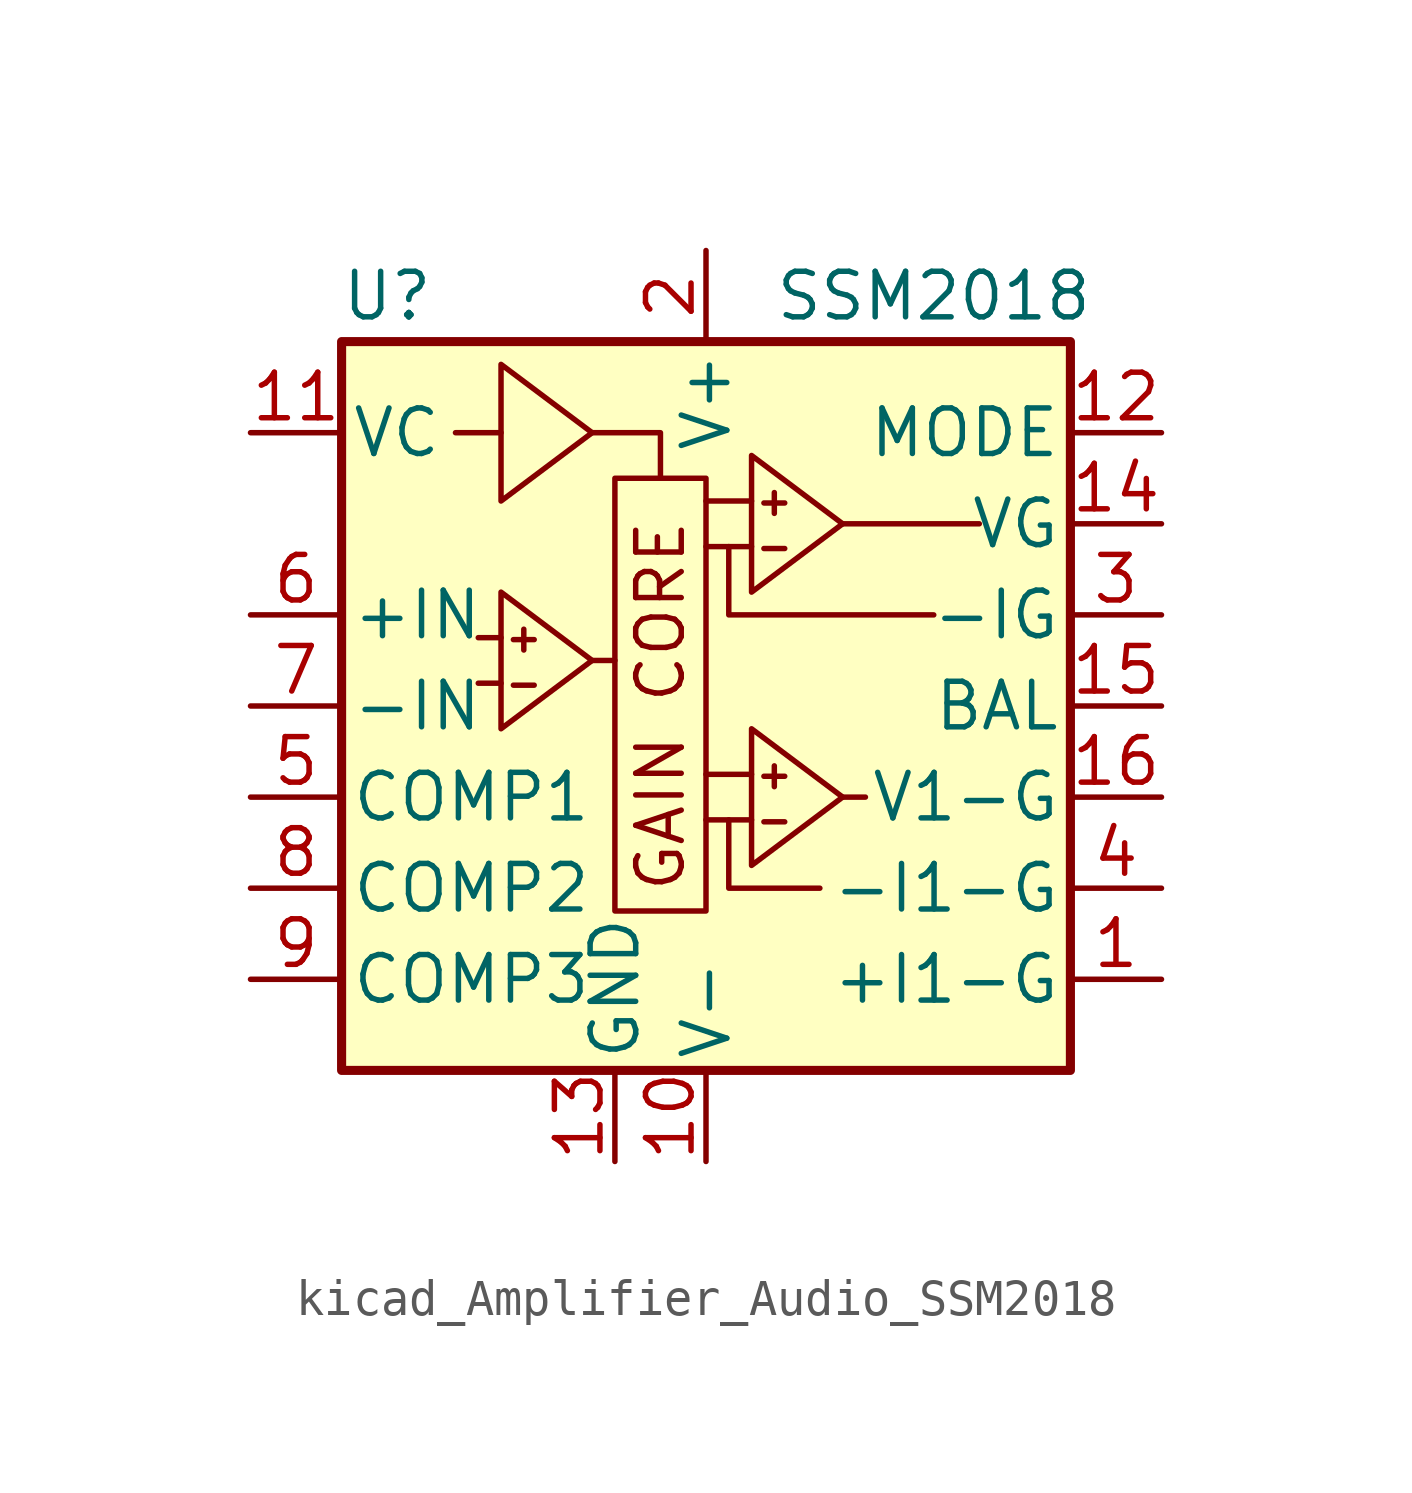
<source format=kicad_sym>
(kicad_symbol_lib
  (version 20220914)
  (generator kicad_symbol_editor)
  (symbol "kicad_Amplifier_Audio_SSM2018"
    (pin_names
      (offset 0.254))
    (property "Reference" "U"
      (at -8.89 11.43 0)
      (effects (font (size 1.27 1.27))))
    (property "Value" "SSM2018"
      (at 6.35 11.43 0)
      (effects (font (size 1.27 1.27))))
    (symbol "kicad_Amplifier_Audio_SSM2018_0_0"
      (text "+" (at -5.08 1.905 0) (effects (font (size 0.762 0.762))))
      (text "+" (at 1.905 -1.905 0) (effects (font (size 0.762 0.762))))
      (text "+" (at 1.905 5.715 0) (effects (font (size 0.762 0.762))))
      (text "-" (at -5.08 0.635 0) (effects (font (size 0.762 0.762))))
      (text "-" (at 1.905 -3.175 0) (effects (font (size 0.762 0.762))))
      (text "-" (at 1.905 4.445 0) (effects (font (size 0.762 0.762)))))
    (symbol "kicad_Amplifier_Audio_SSM2018_0_1"
      (rectangle (start -10.16 10.16) (end 10.16 -10.16) (stroke (width 0.254) (type default)) (fill (type background)))
      (rectangle (start -2.54 6.35) (end 0 -5.715) (stroke (width 0) (type default)) (fill (type none)))
      (polyline (pts (xy -5.715 0.635) (xy -6.35 0.635)) (stroke (width 0) (type default)) (fill (type none)))
      (polyline (pts (xy -5.715 1.905) (xy -6.35 1.905)) (stroke (width 0) (type default)) (fill (type none)))
      (polyline (pts (xy -5.715 7.62) (xy -6.985 7.62)) (stroke (width 0) (type default)) (fill (type none)))
      (polyline (pts (xy -3.175 1.27) (xy -2.54 1.27)) (stroke (width 0) (type default)) (fill (type none)))
      (polyline (pts (xy 0 -1.905) (xy 1.27 -1.905)) (stroke (width 0) (type default)) (fill (type none)))
      (polyline (pts (xy 0 5.715) (xy 1.27 5.715)) (stroke (width 0) (type default)) (fill (type none)))
      (polyline (pts (xy 1.27 -3.175) (xy 0 -3.175)) (stroke (width 0) (type default)) (fill (type none)))
      (polyline (pts (xy 1.27 4.445) (xy 0 4.445)) (stroke (width 0) (type default)) (fill (type none)))
      (polyline (pts (xy 3.81 -2.54) (xy 4.445 -2.54)) (stroke (width 0) (type default)) (fill (type none)))
      (polyline (pts (xy 3.81 5.08) (xy 7.62 5.08)) (stroke (width 0) (type default)) (fill (type none)))
      (polyline (pts (xy -3.175 7.62) (xy -1.27 7.62) (xy -1.27 6.35)) (stroke (width 0) (type default)) (fill (type none)))
      (polyline (pts (xy 0.635 -3.175) (xy 0.635 -5.08) (xy 3.175 -5.08)) (stroke (width 0) (type default)) (fill (type none)))
      (polyline (pts (xy 0.635 4.445) (xy 0.635 2.54) (xy 6.35 2.54)) (stroke (width 0) (type default)) (fill (type none)))
      (polyline (pts (xy -5.715 3.175) (xy -3.175 1.27) (xy -5.715 -0.635) (xy -5.715 3.175)) (stroke (width 0) (type default)) (fill (type none)))
      (polyline (pts (xy -5.715 9.525) (xy -3.175 7.62) (xy -5.715 5.715) (xy -5.715 9.525)) (stroke (width 0) (type default)) (fill (type none)))
      (polyline (pts (xy 1.27 -0.635) (xy 3.81 -2.54) (xy 1.27 -4.445) (xy 1.27 -0.635)) (stroke (width 0) (type default)) (fill (type none)))
      (polyline (pts (xy 1.27 6.985) (xy 3.81 5.08) (xy 1.27 3.175) (xy 1.27 6.985)) (stroke (width 0) (type default)) (fill (type none)))
      (text "GAIN CORE" (at -1.27 0 900) (effects (font (size 1.27 1.27))))
      (pin passive line (at -12.7 -7.62 0) (length 2.54) (name "COMP3" (effects (font (size 1.27 1.27)))) (number "9" (effects (font (size 1.27 1.27))))))
    (symbol "kicad_Amplifier_Audio_SSM2018_1_1"
      (pin output line (at 12.7 -7.62 180) (length 2.54) (name "+I1-G" (effects (font (size 1.27 1.27)))) (number "1" (effects (font (size 1.27 1.27)))))
      (pin power_in line (at 0 -12.7 90) (length 2.54) (name "V-" (effects (font (size 1.27 1.27)))) (number "10" (effects (font (size 1.27 1.27)))))
      (pin input line (at -12.7 7.62 0) (length 2.54) (name "VC" (effects (font (size 1.27 1.27)))) (number "11" (effects (font (size 1.27 1.27)))))
      (pin input line (at 12.7 7.62 180) (length 2.54) (name "MODE" (effects (font (size 1.27 1.27)))) (number "12" (effects (font (size 1.27 1.27)))))
      (pin power_in line (at -2.54 -12.7 90) (length 2.54) (name "GND" (effects (font (size 1.27 1.27)))) (number "13" (effects (font (size 1.27 1.27)))))
      (pin output line (at 12.7 5.08 180) (length 2.54) (name "VG" (effects (font (size 1.27 1.27)))) (number "14" (effects (font (size 1.27 1.27)))))
      (pin input line (at 12.7 0 180) (length 2.54) (name "BAL" (effects (font (size 1.27 1.27)))) (number "15" (effects (font (size 1.27 1.27)))))
      (pin output line (at 12.7 -2.54 180) (length 2.54) (name "V1-G" (effects (font (size 1.27 1.27)))) (number "16" (effects (font (size 1.27 1.27)))))
      (pin power_in line (at 0 12.7 270) (length 2.54) (name "V+" (effects (font (size 1.27 1.27)))) (number "2" (effects (font (size 1.27 1.27)))))
      (pin output line (at 12.7 2.54 180) (length 2.54) (name "-IG" (effects (font (size 1.27 1.27)))) (number "3" (effects (font (size 1.27 1.27)))))
      (pin output line (at 12.7 -5.08 180) (length 2.54) (name "-I1-G" (effects (font (size 1.27 1.27)))) (number "4" (effects (font (size 1.27 1.27)))))
      (pin passive line (at -12.7 -2.54 0) (length 2.54) (name "COMP1" (effects (font (size 1.27 1.27)))) (number "5" (effects (font (size 1.27 1.27)))))
      (pin input line (at -12.7 2.54 0) (length 2.54) (name "+IN" (effects (font (size 1.27 1.27)))) (number "6" (effects (font (size 1.27 1.27)))))
      (pin input line (at -12.7 0 0) (length 2.54) (name "-IN" (effects (font (size 1.27 1.27)))) (number "7" (effects (font (size 1.27 1.27)))))
      (pin passive line (at -12.7 -5.08 0) (length 2.54) (name "COMP2" (effects (font (size 1.27 1.27)))) (number "8" (effects (font (size 1.27 1.27))))))))
</source>
